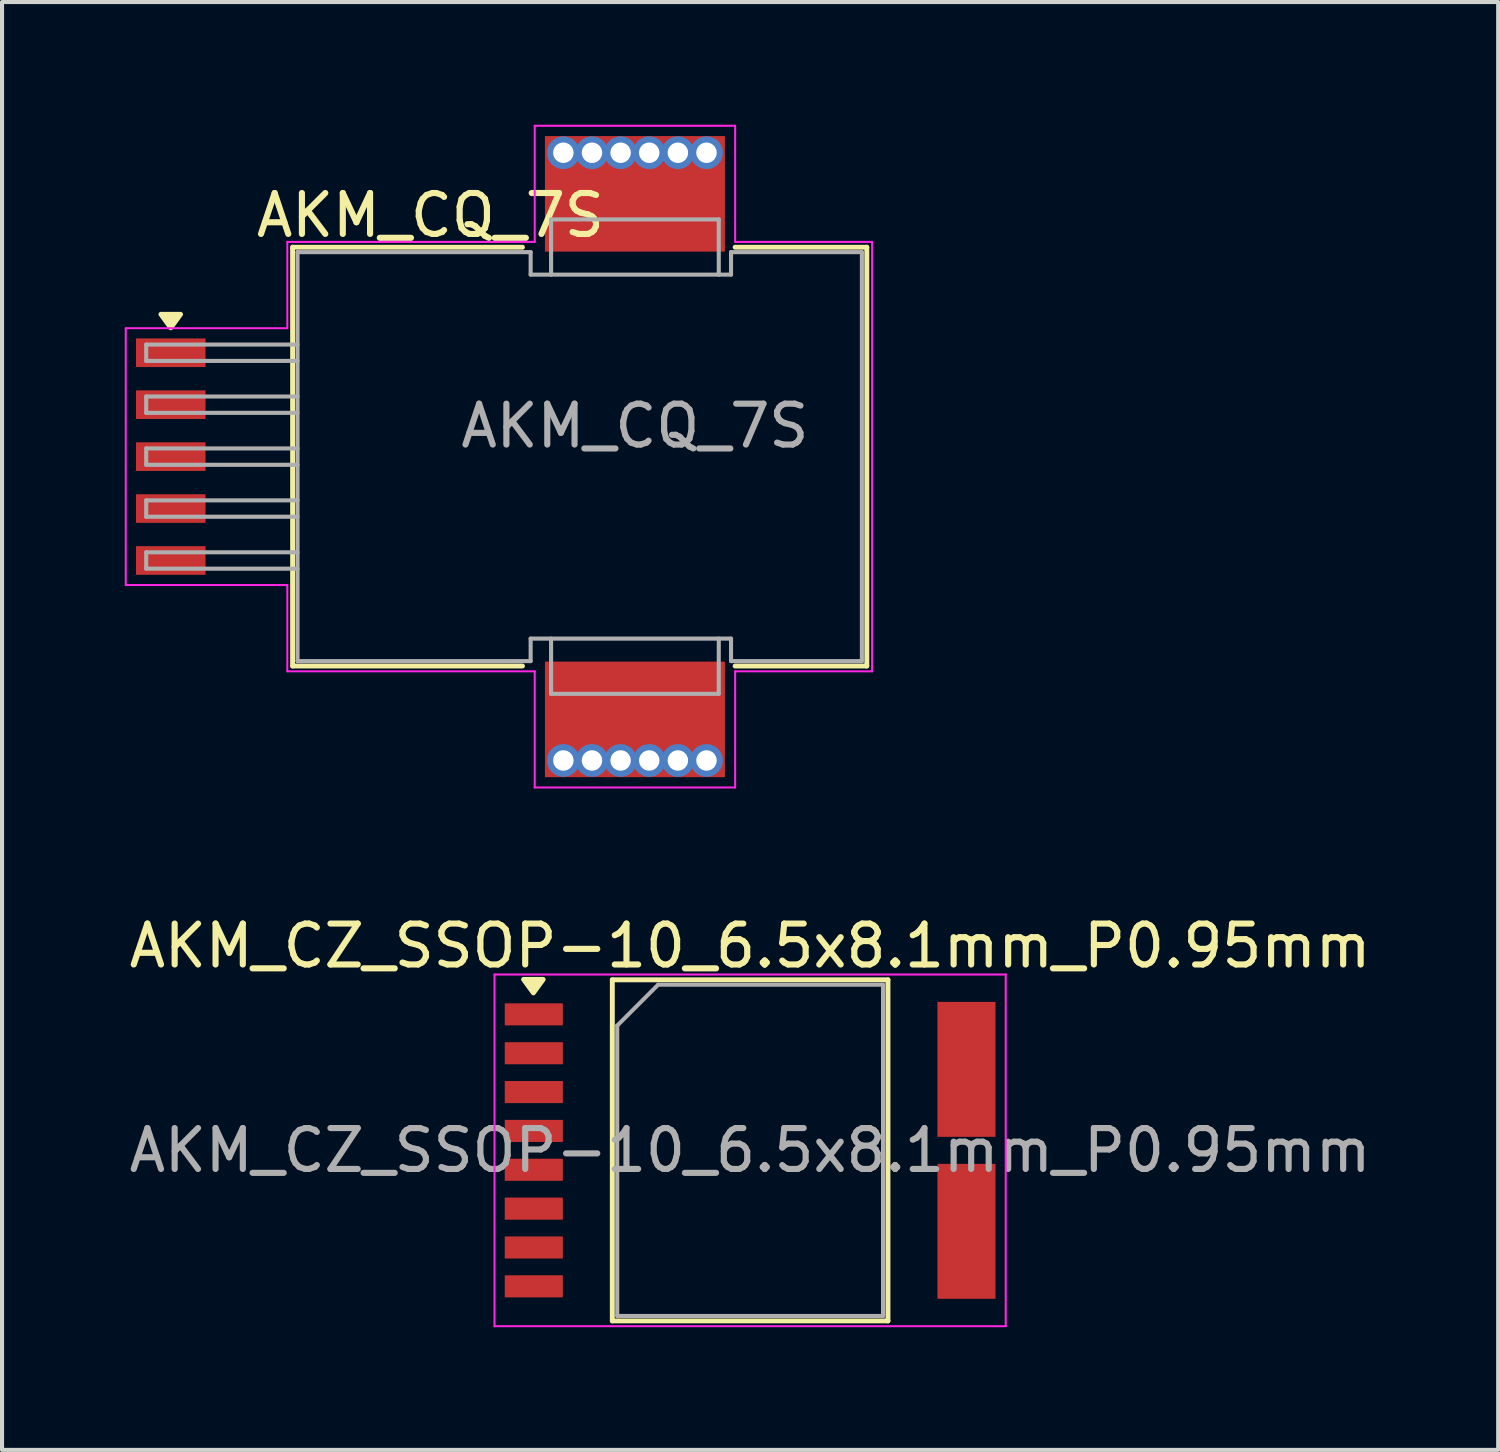
<source format=kicad_pcb>
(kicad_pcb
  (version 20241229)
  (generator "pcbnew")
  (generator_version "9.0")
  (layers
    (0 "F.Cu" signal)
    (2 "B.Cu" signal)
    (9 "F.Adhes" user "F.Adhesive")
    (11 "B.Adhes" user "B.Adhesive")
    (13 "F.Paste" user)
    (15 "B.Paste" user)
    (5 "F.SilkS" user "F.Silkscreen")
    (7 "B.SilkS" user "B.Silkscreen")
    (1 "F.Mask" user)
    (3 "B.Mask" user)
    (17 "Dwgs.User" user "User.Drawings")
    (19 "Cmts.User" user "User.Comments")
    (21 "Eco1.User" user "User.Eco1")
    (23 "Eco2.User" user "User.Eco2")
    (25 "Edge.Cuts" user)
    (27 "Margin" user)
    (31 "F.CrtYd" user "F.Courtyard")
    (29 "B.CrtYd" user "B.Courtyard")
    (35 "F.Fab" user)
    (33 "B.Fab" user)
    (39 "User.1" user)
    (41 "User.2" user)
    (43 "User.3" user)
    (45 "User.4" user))
  (footprint "AKM_CZ_SSOP-10_6.5x8.1mm_P0.95mm"
    (layer "F.Cu")
    (at 15.292 25.078)
    (property "Reference" "AKM_CZ_SSOP-10_6.5x8.1mm_P0.95mm" (at 0 -5 0) (layer "F.SilkS") (effects (font (size 1 1) (thickness 0.15))))
    (attr smd)
    (fp_line (start -3.37 4.17) (end -3.37 -4.17) (stroke (width 0.12) (type solid)) (layer "F.SilkS"))
    (fp_line (start 3.37 -4.17) (end -3.37 -4.17) (stroke (width 0.12) (type solid)) (layer "F.SilkS"))
    (fp_line (start 3.37 -4.17) (end 3.37 4.17) (stroke (width 0.12) (type solid)) (layer "F.SilkS"))
    (fp_line (start 3.37 4.17) (end -3.37 4.17) (stroke (width 0.12) (type solid)) (layer "F.SilkS"))
    (fp_poly (pts (xy -5.3 -3.85) (xy -5.54 -4.18) (xy -5.06 -4.18) (xy -5.3 -3.85)) (stroke (width 0.12) (type solid)) (fill yes) (layer "F.SilkS"))
    (fp_line (start -6.25 -4.3) (end 6.25 -4.3) (stroke (width 0.05) (type solid)) (layer "F.CrtYd"))
    (fp_line (start -6.25 4.3) (end -6.25 -4.3) (stroke (width 0.05) (type solid)) (layer "F.CrtYd"))
    (fp_line (start 6.25 -4.3) (end 6.25 4.3) (stroke (width 0.05) (type solid)) (layer "F.CrtYd"))
    (fp_line (start 6.25 4.3) (end -6.25 4.3) (stroke (width 0.05) (type solid)) (layer "F.CrtYd"))
    (fp_line (start -3.25 -3.05) (end -2.25 -4.05) (stroke (width 0.1) (type solid)) (layer "F.Fab"))
    (fp_line (start -3.25 4.05) (end -3.25 -3.05) (stroke (width 0.1) (type solid)) (layer "F.Fab"))
    (fp_line (start -2.25 -4.05) (end 3.25 -4.05) (stroke (width 0.1) (type solid)) (layer "F.Fab"))
    (fp_line (start 3.25 -4.05) (end 3.25 4.05) (stroke (width 0.1) (type solid)) (layer "F.Fab"))
    (fp_line (start 3.25 4.05) (end -3.25 4.05) (stroke (width 0.1) (type solid)) (layer "F.Fab"))
    (fp_text user "${REFERENCE}" (at 0 0 0) (layer "F.Fab") (effects (font (size 1 1) (thickness 0.15))))
    (pad "1" smd rect (at -5.29 -3.325) (size 1.42 0.54) (layers "F.Cu" "F.Mask" "F.Paste"))
    (pad "2" smd rect (at -5.29 -2.375) (size 1.42 0.54) (layers "F.Cu" "F.Mask" "F.Paste"))
    (pad "3" smd rect (at -5.29 -1.425) (size 1.42 0.54) (layers "F.Cu" "F.Mask" "F.Paste"))
    (pad "4" smd rect (at -5.29 -0.475) (size 1.42 0.54) (layers "F.Cu" "F.Mask" "F.Paste"))
    (pad "5" smd rect (at -5.29 0.475) (size 1.42 0.54) (layers "F.Cu" "F.Mask" "F.Paste"))
    (pad "6" smd rect (at -5.29 1.425) (size 1.42 0.54) (layers "F.Cu" "F.Mask" "F.Paste"))
    (pad "7" smd rect (at -5.29 2.375) (size 1.42 0.54) (layers "F.Cu" "F.Mask" "F.Paste"))
    (pad "8" smd rect (at -5.29 3.325) (size 1.42 0.54) (layers "F.Cu" "F.Mask" "F.Paste"))
    (pad "9" smd rect (at 5.29 1.98) (size 1.42 3.3) (layers "F.Cu" "F.Mask" "F.Paste"))
    (pad "10" smd rect (at 5.29 -1.98) (size 1.42 3.3) (layers "F.Cu" "F.Mask" "F.Paste")))
  (footprint "AKM_CQ_7S"
    (layer "F.Cu")
    (at 7.475 8.115)
    (property "Reference" "AKM_CQ_7S" (at 0 -5.9 0) (layer "F.SilkS") (effects (font (size 1 1) (thickness 0.15))))
    (attr smd)
    (fp_line (start -3.37 -5.12) (end -3.37 5.12) (stroke (width 0.12) (type solid)) (layer "F.SilkS"))
    (fp_line (start 2.25 -5.12) (end -3.37 -5.12) (stroke (width 0.12) (type solid)) (layer "F.SilkS"))
    (fp_line (start 2.25 5.12) (end -3.37 5.12) (stroke (width 0.12) (type solid)) (layer "F.SilkS"))
    (fp_line (start 10.67 -5.12) (end 7.45 -5.12) (stroke (width 0.12) (type solid)) (layer "F.SilkS"))
    (fp_line (start 10.67 5.12) (end 7.45 5.12) (stroke (width 0.12) (type solid)) (layer "F.SilkS"))
    (fp_line (start 10.67 5.12) (end 10.67 -5.12) (stroke (width 0.12) (type solid)) (layer "F.SilkS"))
    (fp_poly (pts (xy -6.35 -3.15) (xy -6.59 -3.48) (xy -6.11 -3.48) (xy -6.35 -3.15)) (stroke (width 0.12) (type solid)) (fill yes) (layer "F.SilkS"))
    (fp_line (start -7.45 -3.14) (end -7.45 3.14) (stroke (width 0.05) (type solid)) (layer "F.CrtYd"))
    (fp_line (start -7.45 -3.14) (end -3.5 -3.14) (stroke (width 0.05) (type solid)) (layer "F.CrtYd"))
    (fp_line (start -7.45 3.14) (end -3.5 3.14) (stroke (width 0.05) (type solid)) (layer "F.CrtYd"))
    (fp_line (start -3.5 -5.25) (end 2.55 -5.25) (stroke (width 0.05) (type solid)) (layer "F.CrtYd"))
    (fp_line (start -3.5 -3.14) (end -3.5 -5.25) (stroke (width 0.05) (type solid)) (layer "F.CrtYd"))
    (fp_line (start -3.5 3.14) (end -3.5 5.25) (stroke (width 0.05) (type solid)) (layer "F.CrtYd"))
    (fp_line (start -3.5 5.25) (end 2.55 5.25) (stroke (width 0.05) (type solid)) (layer "F.CrtYd"))
    (fp_line (start 2.55 -5.25) (end 2.55 -8.09) (stroke (width 0.05) (type solid)) (layer "F.CrtYd"))
    (fp_line (start 2.55 5.25) (end 2.55 8.09) (stroke (width 0.05) (type solid)) (layer "F.CrtYd"))
    (fp_line (start 7.45 -8.09) (end 2.55 -8.09) (stroke (width 0.05) (type solid)) (layer "F.CrtYd"))
    (fp_line (start 7.45 -5.25) (end 7.45 -8.09) (stroke (width 0.05) (type solid)) (layer "F.CrtYd"))
    (fp_line (start 7.45 5.25) (end 7.45 8.09) (stroke (width 0.05) (type solid)) (layer "F.CrtYd"))
    (fp_line (start 7.45 8.09) (end 2.55 8.09) (stroke (width 0.05) (type solid)) (layer "F.CrtYd"))
    (fp_line (start 10.8 -5.25) (end 7.45 -5.25) (stroke (width 0.05) (type solid)) (layer "F.CrtYd"))
    (fp_line (start 10.8 5.25) (end 7.45 5.25) (stroke (width 0.05) (type solid)) (layer "F.CrtYd"))
    (fp_line (start 10.8 5.25) (end 10.8 -5.25) (stroke (width 0.05) (type solid)) (layer "F.CrtYd"))
    (fp_line (start -6.95 -2.74) (end -6.95 -2.34) (stroke (width 0.1) (type solid)) (layer "F.Fab"))
    (fp_line (start -6.95 -2.34) (end -3.25 -2.34) (stroke (width 0.1) (type solid)) (layer "F.Fab"))
    (fp_line (start -6.95 -1.47) (end -6.95 -1.07) (stroke (width 0.1) (type solid)) (layer "F.Fab"))
    (fp_line (start -6.95 -1.07) (end -3.25 -1.07) (stroke (width 0.1) (type solid)) (layer "F.Fab"))
    (fp_line (start -6.95 -0.2) (end -6.95 0.2) (stroke (width 0.1) (type solid)) (layer "F.Fab"))
    (fp_line (start -6.95 0.2) (end -3.25 0.2) (stroke (width 0.1) (type solid)) (layer "F.Fab"))
    (fp_line (start -6.95 1.07) (end -6.95 1.47) (stroke (width 0.1) (type solid)) (layer "F.Fab"))
    (fp_line (start -6.95 1.47) (end -3.25 1.47) (stroke (width 0.1) (type solid)) (layer "F.Fab"))
    (fp_line (start -6.95 2.34) (end -6.95 2.74) (stroke (width 0.1) (type solid)) (layer "F.Fab"))
    (fp_line (start -6.95 2.74) (end -3.25 2.74) (stroke (width 0.1) (type solid)) (layer "F.Fab"))
    (fp_line (start -3.25 -5) (end -3.25 5) (stroke (width 0.1) (type solid)) (layer "F.Fab"))
    (fp_line (start -3.25 -2.74) (end -6.95 -2.74) (stroke (width 0.1) (type solid)) (layer "F.Fab"))
    (fp_line (start -3.25 -1.47) (end -6.95 -1.47) (stroke (width 0.1) (type solid)) (layer "F.Fab"))
    (fp_line (start -3.25 -0.2) (end -6.95 -0.2) (stroke (width 0.1) (type solid)) (layer "F.Fab"))
    (fp_line (start -3.25 1.07) (end -6.95 1.07) (stroke (width 0.1) (type solid)) (layer "F.Fab"))
    (fp_line (start -3.25 2.34) (end -6.95 2.34) (stroke (width 0.1) (type solid)) (layer "F.Fab"))
    (fp_line (start 2.45 -5) (end -3.25 -5) (stroke (width 0.1) (type solid)) (layer "F.Fab"))
    (fp_line (start 2.45 -5) (end 2.45 -4.45) (stroke (width 0.1) (type solid)) (layer "F.Fab"))
    (fp_line (start 2.45 5) (end -3.25 5) (stroke (width 0.1) (type solid)) (layer "F.Fab"))
    (fp_line (start 2.45 5) (end 2.45 4.45) (stroke (width 0.1) (type solid)) (layer "F.Fab"))
    (fp_line (start 2.95 -5.8) (end 2.95 -4.45) (stroke (width 0.1) (type solid)) (layer "F.Fab"))
    (fp_line (start 2.95 5.8) (end 2.95 4.45) (stroke (width 0.1) (type solid)) (layer "F.Fab"))
    (fp_line (start 7.05 -5.8) (end 2.95 -5.8) (stroke (width 0.1) (type solid)) (layer "F.Fab"))
    (fp_line (start 7.05 -4.45) (end 7.05 -5.8) (stroke (width 0.1) (type solid)) (layer "F.Fab"))
    (fp_line (start 7.05 4.45) (end 7.05 5.8) (stroke (width 0.1) (type solid)) (layer "F.Fab"))
    (fp_line (start 7.05 5.8) (end 2.95 5.8) (stroke (width 0.1) (type solid)) (layer "F.Fab"))
    (fp_line (start 7.35 -5) (end 7.35 -4.45) (stroke (width 0.1) (type solid)) (layer "F.Fab"))
    (fp_line (start 7.35 -4.45) (end 2.45 -4.45) (stroke (width 0.1) (type solid)) (layer "F.Fab"))
    (fp_line (start 7.35 4.45) (end 2.45 4.45) (stroke (width 0.1) (type solid)) (layer "F.Fab"))
    (fp_line (start 7.35 5) (end 7.35 4.45) (stroke (width 0.1) (type solid)) (layer "F.Fab"))
    (fp_line (start 10.55 -5) (end 7.35 -5) (stroke (width 0.1) (type solid)) (layer "F.Fab"))
    (fp_line (start 10.55 5) (end 7.35 5) (stroke (width 0.1) (type solid)) (layer "F.Fab"))
    (fp_line (start 10.55 5) (end 10.55 -5) (stroke (width 0.1) (type solid)) (layer "F.Fab"))
    (fp_text user "${REFERENCE}" (at 5 -0.75 0) (layer "F.Fab") (effects (font (size 1 1) (thickness 0.15))))
    (pad "1" smd rect (at -6.35 -2.54) (size 1.7 0.7) (layers "F.Cu" "F.Mask" "F.Paste"))
    (pad "2" smd rect (at -6.35 -1.27) (size 1.7 0.7) (layers "F.Cu" "F.Mask" "F.Paste"))
    (pad "3" smd rect (at -6.35 0) (size 1.7 0.7) (layers "F.Cu" "F.Mask" "F.Paste"))
    (pad "4" smd rect (at -6.35 1.27) (size 1.7 0.7) (layers "F.Cu" "F.Mask" "F.Paste"))
    (pad "5" smd rect (at -6.35 2.54) (size 1.7 0.7) (layers "F.Cu" "F.Mask" "F.Paste"))
    (pad "6" thru_hole circle (at 3.25 7.43) (size 0.8 0.8) (drill 0.5) (layers "*.Cu" "*.Mask"))
    (pad "6" thru_hole circle (at 3.95 7.43) (size 0.8 0.8) (drill 0.5) (layers "*.Cu" "*.Mask"))
    (pad "6" thru_hole circle (at 4.65 7.43) (size 0.8 0.8) (drill 0.5) (layers "*.Cu" "*.Mask"))
    (pad "6" smd rect (at 5 6.425) (size 4.4 2.825) (layers "F.Cu" "F.Mask" "F.Paste"))
    (pad "6" thru_hole circle (at 5.35 7.43) (size 0.8 0.8) (drill 0.5) (layers "*.Cu" "*.Mask"))
    (pad "6" thru_hole circle (at 6.05 7.43) (size 0.8 0.8) (drill 0.5) (layers "*.Cu" "*.Mask"))
    (pad "6" thru_hole circle (at 6.75 7.43) (size 0.8 0.8) (drill 0.5) (layers "*.Cu" "*.Mask"))
    (pad "7" thru_hole circle (at 3.25 -7.43) (size 0.8 0.8) (drill 0.5) (layers "*.Cu" "*.Mask"))
    (pad "7" thru_hole circle (at 3.95 -7.43) (size 0.8 0.8) (drill 0.5) (layers "*.Cu" "*.Mask"))
    (pad "7" thru_hole circle (at 4.65 -7.43) (size 0.8 0.8) (drill 0.5) (layers "*.Cu" "*.Mask"))
    (pad "7" smd rect (at 5 -6.425) (size 4.4 2.825) (layers "F.Cu" "F.Mask" "F.Paste"))
    (pad "7" thru_hole circle (at 5.35 -7.43) (size 0.8 0.8) (drill 0.5) (layers "*.Cu" "*.Mask"))
    (pad "7" thru_hole circle (at 6.05 -7.43) (size 0.8 0.8) (drill 0.5) (layers "*.Cu" "*.Mask"))
    (pad "7" thru_hole circle (at 6.75 -7.43) (size 0.8 0.8) (drill 0.5) (layers "*.Cu" "*.Mask")))
  (gr_rect
    (start -3 -3)
    (end 33.583 32.403)
    (stroke (width 0.1) (type default))
    (fill no)
    (layer "Edge.Cuts")))
</source>
